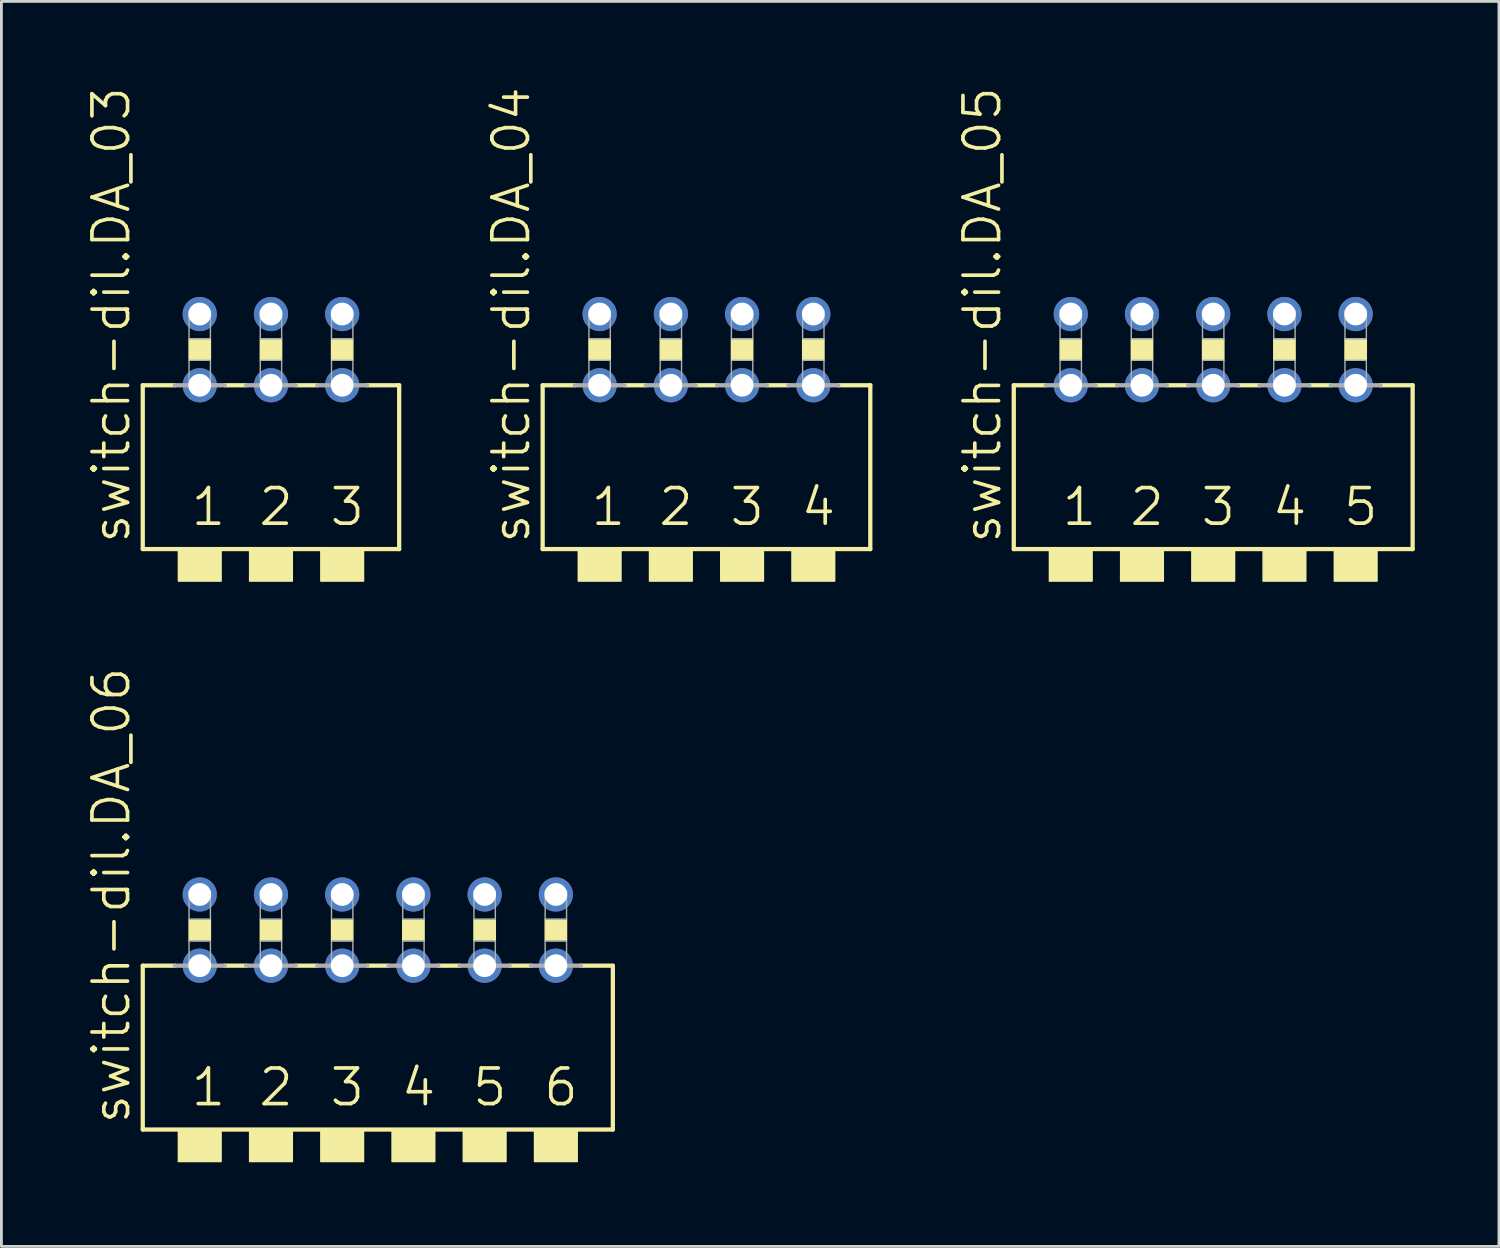
<source format=kicad_pcb>
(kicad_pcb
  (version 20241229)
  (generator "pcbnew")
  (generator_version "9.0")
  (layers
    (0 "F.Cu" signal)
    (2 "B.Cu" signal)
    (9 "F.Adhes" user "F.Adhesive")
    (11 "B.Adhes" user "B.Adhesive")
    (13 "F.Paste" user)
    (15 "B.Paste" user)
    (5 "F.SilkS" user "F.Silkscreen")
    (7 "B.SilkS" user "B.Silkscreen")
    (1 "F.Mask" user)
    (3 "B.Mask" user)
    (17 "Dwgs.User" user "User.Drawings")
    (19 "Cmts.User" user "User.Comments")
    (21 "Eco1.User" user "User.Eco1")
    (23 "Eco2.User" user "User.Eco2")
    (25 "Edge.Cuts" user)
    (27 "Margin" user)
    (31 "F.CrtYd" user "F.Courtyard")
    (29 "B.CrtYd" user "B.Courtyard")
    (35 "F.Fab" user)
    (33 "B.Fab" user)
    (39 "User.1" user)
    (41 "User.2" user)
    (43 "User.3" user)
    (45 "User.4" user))
  (footprint "switch-dil.DA_05"
    (layer "F.Cu")
    (at 40.215 9.419)
    (property "Reference" "switch-dil.DA_05" (at -7.493 6.985 90) (layer "F.SilkS") (effects (font (size 1.27 1.27) (thickness 0.13)) (justify left bottom)))
    (attr through_hole)
    (fp_line (start -7.112 1.27) (end -7.112 7.112) (stroke (width 0.152) (type default)) (layer "F.SilkS"))
    (fp_line (start -5.969 1.27) (end -7.112 1.27) (stroke (width 0.152) (type default)) (layer "F.SilkS"))
    (fp_line (start -3.429 1.27) (end -4.191 1.27) (stroke (width 0.152) (type default)) (layer "F.SilkS"))
    (fp_line (start -0.889 1.27) (end -1.651 1.27) (stroke (width 0.152) (type default)) (layer "F.SilkS"))
    (fp_line (start 1.651 1.27) (end 0.889 1.27) (stroke (width 0.152) (type default)) (layer "F.SilkS"))
    (fp_line (start 4.191 1.27) (end 3.429 1.27) (stroke (width 0.152) (type default)) (layer "F.SilkS"))
    (fp_line (start 5.969 1.27) (end 7.112 1.27) (stroke (width 0.152) (type default)) (layer "F.SilkS"))
    (fp_line (start 7.112 7.112) (end -7.112 7.112) (stroke (width 0.152) (type default)) (layer "F.SilkS"))
    (fp_line (start 7.112 7.112) (end 7.112 1.27) (stroke (width 0.152) (type default)) (layer "F.SilkS"))
    (fp_rect (start -5.842 8.255) (end -4.318 7.112) (stroke (width 0.05) (type default)) (fill yes) (layer "F.SilkS"))
    (fp_rect (start -5.461 0.381) (end -4.699 -0.381) (stroke (width 0.05) (type default)) (fill yes) (layer "F.SilkS"))
    (fp_rect (start -3.302 8.255) (end -1.778 7.112) (stroke (width 0.05) (type default)) (fill yes) (layer "F.SilkS"))
    (fp_rect (start -2.921 0.381) (end -2.159 -0.381) (stroke (width 0.05) (type default)) (fill yes) (layer "F.SilkS"))
    (fp_rect (start -0.762 8.255) (end 0.762 7.112) (stroke (width 0.05) (type default)) (fill yes) (layer "F.SilkS"))
    (fp_rect (start -0.381 0.381) (end 0.381 -0.381) (stroke (width 0.05) (type default)) (fill yes) (layer "F.SilkS"))
    (fp_rect (start 1.778 8.255) (end 3.302 7.112) (stroke (width 0.05) (type default)) (fill yes) (layer "F.SilkS"))
    (fp_rect (start 2.159 0.381) (end 2.921 -0.381) (stroke (width 0.05) (type default)) (fill yes) (layer "F.SilkS"))
    (fp_rect (start 4.318 8.255) (end 5.842 7.112) (stroke (width 0.05) (type default)) (fill yes) (layer "F.SilkS"))
    (fp_rect (start 4.699 0.381) (end 5.461 -0.381) (stroke (width 0.05) (type default)) (fill yes) (layer "F.SilkS"))
    (fp_line (start -5.969 1.27) (end -4.191 1.27) (stroke (width 0.152) (type default)) (layer "F.Fab"))
    (fp_line (start -3.429 1.27) (end -1.651 1.27) (stroke (width 0.152) (type default)) (layer "F.Fab"))
    (fp_line (start -0.889 1.27) (end 0.889 1.27) (stroke (width 0.152) (type default)) (layer "F.Fab"))
    (fp_line (start 1.651 1.27) (end 3.429 1.27) (stroke (width 0.152) (type default)) (layer "F.Fab"))
    (fp_line (start 4.191 1.27) (end 5.969 1.27) (stroke (width 0.152) (type default)) (layer "F.Fab"))
    (fp_rect (start -5.461 -0.381) (end -4.699 -1.397) (stroke (width 0.05) (type default)) (fill no) (layer "F.Fab"))
    (fp_rect (start -5.461 1.27) (end -4.699 0.381) (stroke (width 0.05) (type default)) (fill no) (layer "F.Fab"))
    (fp_rect (start -2.921 -0.381) (end -2.159 -1.397) (stroke (width 0.05) (type default)) (fill no) (layer "F.Fab"))
    (fp_rect (start -2.921 1.27) (end -2.159 0.381) (stroke (width 0.05) (type default)) (fill no) (layer "F.Fab"))
    (fp_rect (start -0.381 -0.381) (end 0.381 -1.397) (stroke (width 0.05) (type default)) (fill no) (layer "F.Fab"))
    (fp_rect (start -0.381 1.27) (end 0.381 0.381) (stroke (width 0.05) (type default)) (fill no) (layer "F.Fab"))
    (fp_rect (start 2.159 -0.381) (end 2.921 -1.397) (stroke (width 0.05) (type default)) (fill no) (layer "F.Fab"))
    (fp_rect (start 2.159 1.27) (end 2.921 0.381) (stroke (width 0.05) (type default)) (fill no) (layer "F.Fab"))
    (fp_rect (start 4.699 -0.381) (end 5.461 -1.397) (stroke (width 0.05) (type default)) (fill no) (layer "F.Fab"))
    (fp_rect (start 4.699 1.27) (end 5.461 0.381) (stroke (width 0.05) (type default)) (fill no) (layer "F.Fab"))
    (fp_text user "3" (at -0.508 6.35 0) (layer "F.SilkS") (effects (font (size 1.27 1.27) (thickness 0.13)) (justify left bottom)))
    (fp_text user "5" (at 4.572 6.35 0) (layer "F.SilkS") (effects (font (size 1.27 1.27) (thickness 0.13)) (justify left bottom)))
    (fp_text user "2" (at -3.048 6.35 0) (layer "F.SilkS") (effects (font (size 1.27 1.27) (thickness 0.13)) (justify left bottom)))
    (fp_text user "1" (at -5.461 6.35 0) (layer "F.SilkS") (effects (font (size 1.27 1.27) (thickness 0.13)) (justify left bottom)))
    (fp_text user "4" (at 2.032 6.35 0) (layer "F.SilkS") (effects (font (size 1.27 1.27) (thickness 0.13)) (justify left bottom)))
    (pad "1" thru_hole circle (at -5.08 1.27) (size 1.219 1.219) (drill 0.813) (layers "*.Cu" "*.Mask"))
    (pad "2" thru_hole circle (at -2.54 1.27) (size 1.219 1.219) (drill 0.813) (layers "*.Cu" "*.Mask"))
    (pad "3" thru_hole circle (at 0 1.27) (size 1.219 1.219) (drill 0.813) (layers "*.Cu" "*.Mask"))
    (pad "4" thru_hole circle (at 2.54 1.27) (size 1.219 1.219) (drill 0.813) (layers "*.Cu" "*.Mask"))
    (pad "5" thru_hole circle (at 5.08 1.27) (size 1.219 1.219) (drill 0.813) (layers "*.Cu" "*.Mask"))
    (pad "6" thru_hole circle (at 5.08 -1.27) (size 1.219 1.219) (drill 0.813) (layers "*.Cu" "*.Mask"))
    (pad "7" thru_hole circle (at 2.54 -1.27) (size 1.219 1.219) (drill 0.813) (layers "*.Cu" "*.Mask"))
    (pad "8" thru_hole circle (at 0 -1.27) (size 1.219 1.219) (drill 0.813) (layers "*.Cu" "*.Mask"))
    (pad "9" thru_hole circle (at -2.54 -1.27) (size 1.219 1.219) (drill 0.813) (layers "*.Cu" "*.Mask"))
    (pad "10" thru_hole circle (at -5.08 -1.27) (size 1.219 1.219) (drill 0.813) (layers "*.Cu" "*.Mask")))
  (footprint "switch-dil.DA_06"
    (layer "F.Cu")
    (at 10.423 30.118)
    (property "Reference" "switch-dil.DA_06" (at -8.763 6.985 90) (layer "F.SilkS") (effects (font (size 1.27 1.27) (thickness 0.13)) (justify left bottom)))
    (attr through_hole)
    (fp_line (start -8.382 1.27) (end -8.382 7.112) (stroke (width 0.152) (type default)) (layer "F.SilkS"))
    (fp_line (start -7.239 1.27) (end -8.382 1.27) (stroke (width 0.152) (type default)) (layer "F.SilkS"))
    (fp_line (start -4.699 1.27) (end -5.461 1.27) (stroke (width 0.152) (type default)) (layer "F.SilkS"))
    (fp_line (start -2.159 1.27) (end -2.921 1.27) (stroke (width 0.152) (type default)) (layer "F.SilkS"))
    (fp_line (start 0.381 1.27) (end -0.381 1.27) (stroke (width 0.152) (type default)) (layer "F.SilkS"))
    (fp_line (start 2.921 1.27) (end 2.159 1.27) (stroke (width 0.152) (type default)) (layer "F.SilkS"))
    (fp_line (start 5.461 1.27) (end 4.699 1.27) (stroke (width 0.152) (type default)) (layer "F.SilkS"))
    (fp_line (start 7.239 1.27) (end 8.382 1.27) (stroke (width 0.152) (type default)) (layer "F.SilkS"))
    (fp_line (start 8.382 7.112) (end -8.382 7.112) (stroke (width 0.152) (type default)) (layer "F.SilkS"))
    (fp_line (start 8.382 7.112) (end 8.382 1.27) (stroke (width 0.152) (type default)) (layer "F.SilkS"))
    (fp_rect (start -7.112 8.255) (end -5.588 7.112) (stroke (width 0.05) (type default)) (fill yes) (layer "F.SilkS"))
    (fp_rect (start -6.731 0.381) (end -5.969 -0.381) (stroke (width 0.05) (type default)) (fill yes) (layer "F.SilkS"))
    (fp_rect (start -4.572 8.255) (end -3.048 7.112) (stroke (width 0.05) (type default)) (fill yes) (layer "F.SilkS"))
    (fp_rect (start -4.191 0.381) (end -3.429 -0.381) (stroke (width 0.05) (type default)) (fill yes) (layer "F.SilkS"))
    (fp_rect (start -2.032 8.255) (end -0.508 7.112) (stroke (width 0.05) (type default)) (fill yes) (layer "F.SilkS"))
    (fp_rect (start -1.651 0.381) (end -0.889 -0.381) (stroke (width 0.05) (type default)) (fill yes) (layer "F.SilkS"))
    (fp_rect (start 0.508 8.255) (end 2.032 7.112) (stroke (width 0.05) (type default)) (fill yes) (layer "F.SilkS"))
    (fp_rect (start 0.889 0.381) (end 1.651 -0.381) (stroke (width 0.05) (type default)) (fill yes) (layer "F.SilkS"))
    (fp_rect (start 3.048 8.255) (end 4.572 7.112) (stroke (width 0.05) (type default)) (fill yes) (layer "F.SilkS"))
    (fp_rect (start 3.429 0.381) (end 4.191 -0.381) (stroke (width 0.05) (type default)) (fill yes) (layer "F.SilkS"))
    (fp_rect (start 5.588 8.255) (end 7.112 7.112) (stroke (width 0.05) (type default)) (fill yes) (layer "F.SilkS"))
    (fp_rect (start 5.969 0.381) (end 6.731 -0.381) (stroke (width 0.05) (type default)) (fill yes) (layer "F.SilkS"))
    (fp_line (start -7.239 1.27) (end -5.461 1.27) (stroke (width 0.152) (type default)) (layer "F.Fab"))
    (fp_line (start -4.699 1.27) (end -2.921 1.27) (stroke (width 0.152) (type default)) (layer "F.Fab"))
    (fp_line (start -2.159 1.27) (end -0.381 1.27) (stroke (width 0.152) (type default)) (layer "F.Fab"))
    (fp_line (start 0.381 1.27) (end 2.159 1.27) (stroke (width 0.152) (type default)) (layer "F.Fab"))
    (fp_line (start 2.921 1.27) (end 4.699 1.27) (stroke (width 0.152) (type default)) (layer "F.Fab"))
    (fp_line (start 5.461 1.27) (end 7.239 1.27) (stroke (width 0.152) (type default)) (layer "F.Fab"))
    (fp_rect (start -6.731 -0.381) (end -5.969 -1.397) (stroke (width 0.05) (type default)) (fill no) (layer "F.Fab"))
    (fp_rect (start -6.731 1.27) (end -5.969 0.381) (stroke (width 0.05) (type default)) (fill no) (layer "F.Fab"))
    (fp_rect (start -4.191 -0.381) (end -3.429 -1.397) (stroke (width 0.05) (type default)) (fill no) (layer "F.Fab"))
    (fp_rect (start -4.191 1.27) (end -3.429 0.381) (stroke (width 0.05) (type default)) (fill no) (layer "F.Fab"))
    (fp_rect (start -1.651 -0.381) (end -0.889 -1.397) (stroke (width 0.05) (type default)) (fill no) (layer "F.Fab"))
    (fp_rect (start -1.651 1.27) (end -0.889 0.381) (stroke (width 0.05) (type default)) (fill no) (layer "F.Fab"))
    (fp_rect (start 0.889 -0.381) (end 1.651 -1.397) (stroke (width 0.05) (type default)) (fill no) (layer "F.Fab"))
    (fp_rect (start 0.889 1.27) (end 1.651 0.381) (stroke (width 0.05) (type default)) (fill no) (layer "F.Fab"))
    (fp_rect (start 3.429 -0.381) (end 4.191 -1.397) (stroke (width 0.05) (type default)) (fill no) (layer "F.Fab"))
    (fp_rect (start 3.429 1.27) (end 4.191 0.381) (stroke (width 0.05) (type default)) (fill no) (layer "F.Fab"))
    (fp_rect (start 5.969 -0.381) (end 6.731 -1.397) (stroke (width 0.05) (type default)) (fill no) (layer "F.Fab"))
    (fp_rect (start 5.969 1.27) (end 6.731 0.381) (stroke (width 0.05) (type default)) (fill no) (layer "F.Fab"))
    (fp_text user "5" (at 3.302 6.35 0) (layer "F.SilkS") (effects (font (size 1.27 1.27) (thickness 0.13)) (justify left bottom)))
    (fp_text user "6" (at 5.842 6.35 0) (layer "F.SilkS") (effects (font (size 1.27 1.27) (thickness 0.13)) (justify left bottom)))
    (fp_text user "1" (at -6.731 6.35 0) (layer "F.SilkS") (effects (font (size 1.27 1.27) (thickness 0.13)) (justify left bottom)))
    (fp_text user "3" (at -1.778 6.35 0) (layer "F.SilkS") (effects (font (size 1.27 1.27) (thickness 0.13)) (justify left bottom)))
    (fp_text user "2" (at -4.318 6.35 0) (layer "F.SilkS") (effects (font (size 1.27 1.27) (thickness 0.13)) (justify left bottom)))
    (fp_text user "4" (at 0.762 6.35 0) (layer "F.SilkS") (effects (font (size 1.27 1.27) (thickness 0.13)) (justify left bottom)))
    (pad "1" thru_hole circle (at -6.35 1.27) (size 1.219 1.219) (drill 0.813) (layers "*.Cu" "*.Mask"))
    (pad "2" thru_hole circle (at -3.81 1.27) (size 1.219 1.219) (drill 0.813) (layers "*.Cu" "*.Mask"))
    (pad "3" thru_hole circle (at -1.27 1.27) (size 1.219 1.219) (drill 0.813) (layers "*.Cu" "*.Mask"))
    (pad "4" thru_hole circle (at 1.27 1.27) (size 1.219 1.219) (drill 0.813) (layers "*.Cu" "*.Mask"))
    (pad "5" thru_hole circle (at 3.81 1.27) (size 1.219 1.219) (drill 0.813) (layers "*.Cu" "*.Mask"))
    (pad "6" thru_hole circle (at 6.35 1.27) (size 1.219 1.219) (drill 0.813) (layers "*.Cu" "*.Mask"))
    (pad "7" thru_hole circle (at 6.35 -1.27) (size 1.219 1.219) (drill 0.813) (layers "*.Cu" "*.Mask"))
    (pad "8" thru_hole circle (at 3.81 -1.27) (size 1.219 1.219) (drill 0.813) (layers "*.Cu" "*.Mask"))
    (pad "9" thru_hole circle (at 1.27 -1.27) (size 1.219 1.219) (drill 0.813) (layers "*.Cu" "*.Mask"))
    (pad "10" thru_hole circle (at -1.27 -1.27) (size 1.219 1.219) (drill 0.813) (layers "*.Cu" "*.Mask"))
    (pad "11" thru_hole circle (at -3.81 -1.27) (size 1.219 1.219) (drill 0.813) (layers "*.Cu" "*.Mask"))
    (pad "12" thru_hole circle (at -6.35 -1.27) (size 1.219 1.219) (drill 0.813) (layers "*.Cu" "*.Mask")))
  (footprint "switch-dil.DA_04"
    (layer "F.Cu")
    (at 22.144 9.419)
    (property "Reference" "switch-dil.DA_04" (at -6.223 6.985 90) (layer "F.SilkS") (effects (font (size 1.27 1.27) (thickness 0.13)) (justify left bottom)))
    (attr through_hole)
    (fp_line (start -5.842 1.27) (end -5.842 7.112) (stroke (width 0.152) (type default)) (layer "F.SilkS"))
    (fp_line (start -4.699 1.27) (end -5.842 1.27) (stroke (width 0.152) (type default)) (layer "F.SilkS"))
    (fp_line (start -2.159 1.27) (end -2.921 1.27) (stroke (width 0.152) (type default)) (layer "F.SilkS"))
    (fp_line (start 0.381 1.27) (end -0.381 1.27) (stroke (width 0.152) (type default)) (layer "F.SilkS"))
    (fp_line (start 2.921 1.27) (end 2.159 1.27) (stroke (width 0.152) (type default)) (layer "F.SilkS"))
    (fp_line (start 4.699 1.27) (end 5.842 1.27) (stroke (width 0.152) (type default)) (layer "F.SilkS"))
    (fp_line (start 5.842 7.112) (end -5.842 7.112) (stroke (width 0.152) (type default)) (layer "F.SilkS"))
    (fp_line (start 5.842 7.112) (end 5.842 1.27) (stroke (width 0.152) (type default)) (layer "F.SilkS"))
    (fp_rect (start -4.572 8.255) (end -3.048 7.112) (stroke (width 0.05) (type default)) (fill yes) (layer "F.SilkS"))
    (fp_rect (start -4.191 0.381) (end -3.429 -0.381) (stroke (width 0.05) (type default)) (fill yes) (layer "F.SilkS"))
    (fp_rect (start -2.032 8.255) (end -0.508 7.112) (stroke (width 0.05) (type default)) (fill yes) (layer "F.SilkS"))
    (fp_rect (start -1.651 0.381) (end -0.889 -0.381) (stroke (width 0.05) (type default)) (fill yes) (layer "F.SilkS"))
    (fp_rect (start 0.508 8.255) (end 2.032 7.112) (stroke (width 0.05) (type default)) (fill yes) (layer "F.SilkS"))
    (fp_rect (start 0.889 0.381) (end 1.651 -0.381) (stroke (width 0.05) (type default)) (fill yes) (layer "F.SilkS"))
    (fp_rect (start 3.048 8.255) (end 4.572 7.112) (stroke (width 0.05) (type default)) (fill yes) (layer "F.SilkS"))
    (fp_rect (start 3.429 0.381) (end 4.191 -0.381) (stroke (width 0.05) (type default)) (fill yes) (layer "F.SilkS"))
    (fp_line (start -4.699 1.27) (end -2.921 1.27) (stroke (width 0.152) (type default)) (layer "F.Fab"))
    (fp_line (start -2.159 1.27) (end -0.381 1.27) (stroke (width 0.152) (type default)) (layer "F.Fab"))
    (fp_line (start 0.381 1.27) (end 2.159 1.27) (stroke (width 0.152) (type default)) (layer "F.Fab"))
    (fp_line (start 2.921 1.27) (end 4.699 1.27) (stroke (width 0.152) (type default)) (layer "F.Fab"))
    (fp_rect (start -4.191 -0.381) (end -3.429 -1.397) (stroke (width 0.05) (type default)) (fill no) (layer "F.Fab"))
    (fp_rect (start -4.191 1.27) (end -3.429 0.381) (stroke (width 0.05) (type default)) (fill no) (layer "F.Fab"))
    (fp_rect (start -1.651 -0.381) (end -0.889 -1.397) (stroke (width 0.05) (type default)) (fill no) (layer "F.Fab"))
    (fp_rect (start -1.651 1.27) (end -0.889 0.381) (stroke (width 0.05) (type default)) (fill no) (layer "F.Fab"))
    (fp_rect (start 0.889 -0.381) (end 1.651 -1.397) (stroke (width 0.05) (type default)) (fill no) (layer "F.Fab"))
    (fp_rect (start 0.889 1.27) (end 1.651 0.381) (stroke (width 0.05) (type default)) (fill no) (layer "F.Fab"))
    (fp_rect (start 3.429 -0.381) (end 4.191 -1.397) (stroke (width 0.05) (type default)) (fill no) (layer "F.Fab"))
    (fp_rect (start 3.429 1.27) (end 4.191 0.381) (stroke (width 0.05) (type default)) (fill no) (layer "F.Fab"))
    (fp_text user "4" (at 3.302 6.35 0) (layer "F.SilkS") (effects (font (size 1.27 1.27) (thickness 0.13)) (justify left bottom)))
    (fp_text user "1" (at -4.191 6.35 0) (layer "F.SilkS") (effects (font (size 1.27 1.27) (thickness 0.13)) (justify left bottom)))
    (fp_text user "3" (at 0.762 6.35 0) (layer "F.SilkS") (effects (font (size 1.27 1.27) (thickness 0.13)) (justify left bottom)))
    (fp_text user "2" (at -1.778 6.35 0) (layer "F.SilkS") (effects (font (size 1.27 1.27) (thickness 0.13)) (justify left bottom)))
    (pad "1" thru_hole circle (at -3.81 1.27) (size 1.219 1.219) (drill 0.813) (layers "*.Cu" "*.Mask"))
    (pad "2" thru_hole circle (at -1.27 1.27) (size 1.219 1.219) (drill 0.813) (layers "*.Cu" "*.Mask"))
    (pad "3" thru_hole circle (at 1.27 1.27) (size 1.219 1.219) (drill 0.813) (layers "*.Cu" "*.Mask"))
    (pad "4" thru_hole circle (at 3.81 1.27) (size 1.219 1.219) (drill 0.813) (layers "*.Cu" "*.Mask"))
    (pad "5" thru_hole circle (at 3.81 -1.27) (size 1.219 1.219) (drill 0.813) (layers "*.Cu" "*.Mask"))
    (pad "6" thru_hole circle (at 1.27 -1.27) (size 1.219 1.219) (drill 0.813) (layers "*.Cu" "*.Mask"))
    (pad "7" thru_hole circle (at -1.27 -1.27) (size 1.219 1.219) (drill 0.813) (layers "*.Cu" "*.Mask"))
    (pad "8" thru_hole circle (at -3.81 -1.27) (size 1.219 1.219) (drill 0.813) (layers "*.Cu" "*.Mask")))
  (footprint "switch-dil.DA_03"
    (layer "F.Cu")
    (at 6.613 9.419)
    (property "Reference" "switch-dil.DA_03" (at -4.953 6.985 90) (layer "F.SilkS") (effects (font (size 1.27 1.27) (thickness 0.13)) (justify left bottom)))
    (attr through_hole)
    (fp_line (start -4.572 1.27) (end -4.572 7.112) (stroke (width 0.152) (type default)) (layer "F.SilkS"))
    (fp_line (start -3.429 1.27) (end -4.572 1.27) (stroke (width 0.152) (type default)) (layer "F.SilkS"))
    (fp_line (start -0.889 1.27) (end -1.651 1.27) (stroke (width 0.152) (type default)) (layer "F.SilkS"))
    (fp_line (start 1.651 1.27) (end 0.889 1.27) (stroke (width 0.152) (type default)) (layer "F.SilkS"))
    (fp_line (start 3.429 1.27) (end 4.572 1.27) (stroke (width 0.152) (type default)) (layer "F.SilkS"))
    (fp_line (start 4.572 7.112) (end -4.572 7.112) (stroke (width 0.152) (type default)) (layer "F.SilkS"))
    (fp_line (start 4.572 7.112) (end 4.572 1.27) (stroke (width 0.152) (type default)) (layer "F.SilkS"))
    (fp_rect (start -3.302 8.255) (end -1.778 7.112) (stroke (width 0.05) (type default)) (fill yes) (layer "F.SilkS"))
    (fp_rect (start -2.921 0.381) (end -2.159 -0.381) (stroke (width 0.05) (type default)) (fill yes) (layer "F.SilkS"))
    (fp_rect (start -0.762 8.255) (end 0.762 7.112) (stroke (width 0.05) (type default)) (fill yes) (layer "F.SilkS"))
    (fp_rect (start -0.381 0.381) (end 0.381 -0.381) (stroke (width 0.05) (type default)) (fill yes) (layer "F.SilkS"))
    (fp_rect (start 1.778 8.255) (end 3.302 7.112) (stroke (width 0.05) (type default)) (fill yes) (layer "F.SilkS"))
    (fp_rect (start 2.159 0.381) (end 2.921 -0.381) (stroke (width 0.05) (type default)) (fill yes) (layer "F.SilkS"))
    (fp_line (start -3.429 1.27) (end -1.651 1.27) (stroke (width 0.152) (type default)) (layer "F.Fab"))
    (fp_line (start -0.889 1.27) (end 0.889 1.27) (stroke (width 0.152) (type default)) (layer "F.Fab"))
    (fp_line (start 1.651 1.27) (end 3.429 1.27) (stroke (width 0.152) (type default)) (layer "F.Fab"))
    (fp_rect (start -2.921 -0.381) (end -2.159 -1.397) (stroke (width 0.05) (type default)) (fill no) (layer "F.Fab"))
    (fp_rect (start -2.921 1.27) (end -2.159 0.381) (stroke (width 0.05) (type default)) (fill no) (layer "F.Fab"))
    (fp_rect (start -0.381 -0.381) (end 0.381 -1.397) (stroke (width 0.05) (type default)) (fill no) (layer "F.Fab"))
    (fp_rect (start -0.381 1.27) (end 0.381 0.381) (stroke (width 0.05) (type default)) (fill no) (layer "F.Fab"))
    (fp_rect (start 2.159 -0.381) (end 2.921 -1.397) (stroke (width 0.05) (type default)) (fill no) (layer "F.Fab"))
    (fp_rect (start 2.159 1.27) (end 2.921 0.381) (stroke (width 0.05) (type default)) (fill no) (layer "F.Fab"))
    (fp_text user "1" (at -2.921 6.35 0) (layer "F.SilkS") (effects (font (size 1.27 1.27) (thickness 0.13)) (justify left bottom)))
    (fp_text user "2" (at -0.508 6.35 0) (layer "F.SilkS") (effects (font (size 1.27 1.27) (thickness 0.13)) (justify left bottom)))
    (fp_text user "3" (at 2.032 6.35 0) (layer "F.SilkS") (effects (font (size 1.27 1.27) (thickness 0.13)) (justify left bottom)))
    (pad "1" thru_hole circle (at -2.54 1.27) (size 1.219 1.219) (drill 0.813) (layers "*.Cu" "*.Mask"))
    (pad "2" thru_hole circle (at 0 1.27) (size 1.219 1.219) (drill 0.813) (layers "*.Cu" "*.Mask"))
    (pad "3" thru_hole circle (at 2.54 1.27) (size 1.219 1.219) (drill 0.813) (layers "*.Cu" "*.Mask"))
    (pad "4" thru_hole circle (at 2.54 -1.27) (size 1.219 1.219) (drill 0.813) (layers "*.Cu" "*.Mask"))
    (pad "5" thru_hole circle (at 0 -1.27) (size 1.219 1.219) (drill 0.813) (layers "*.Cu" "*.Mask"))
    (pad "6" thru_hole circle (at -2.54 -1.27) (size 1.219 1.219) (drill 0.813) (layers "*.Cu" "*.Mask")))
  (gr_rect
    (start -3 -3)
    (end 50.404 41.398)
    (stroke (width 0.1) (type default))
    (fill no)
    (layer "Edge.Cuts")))
</source>
